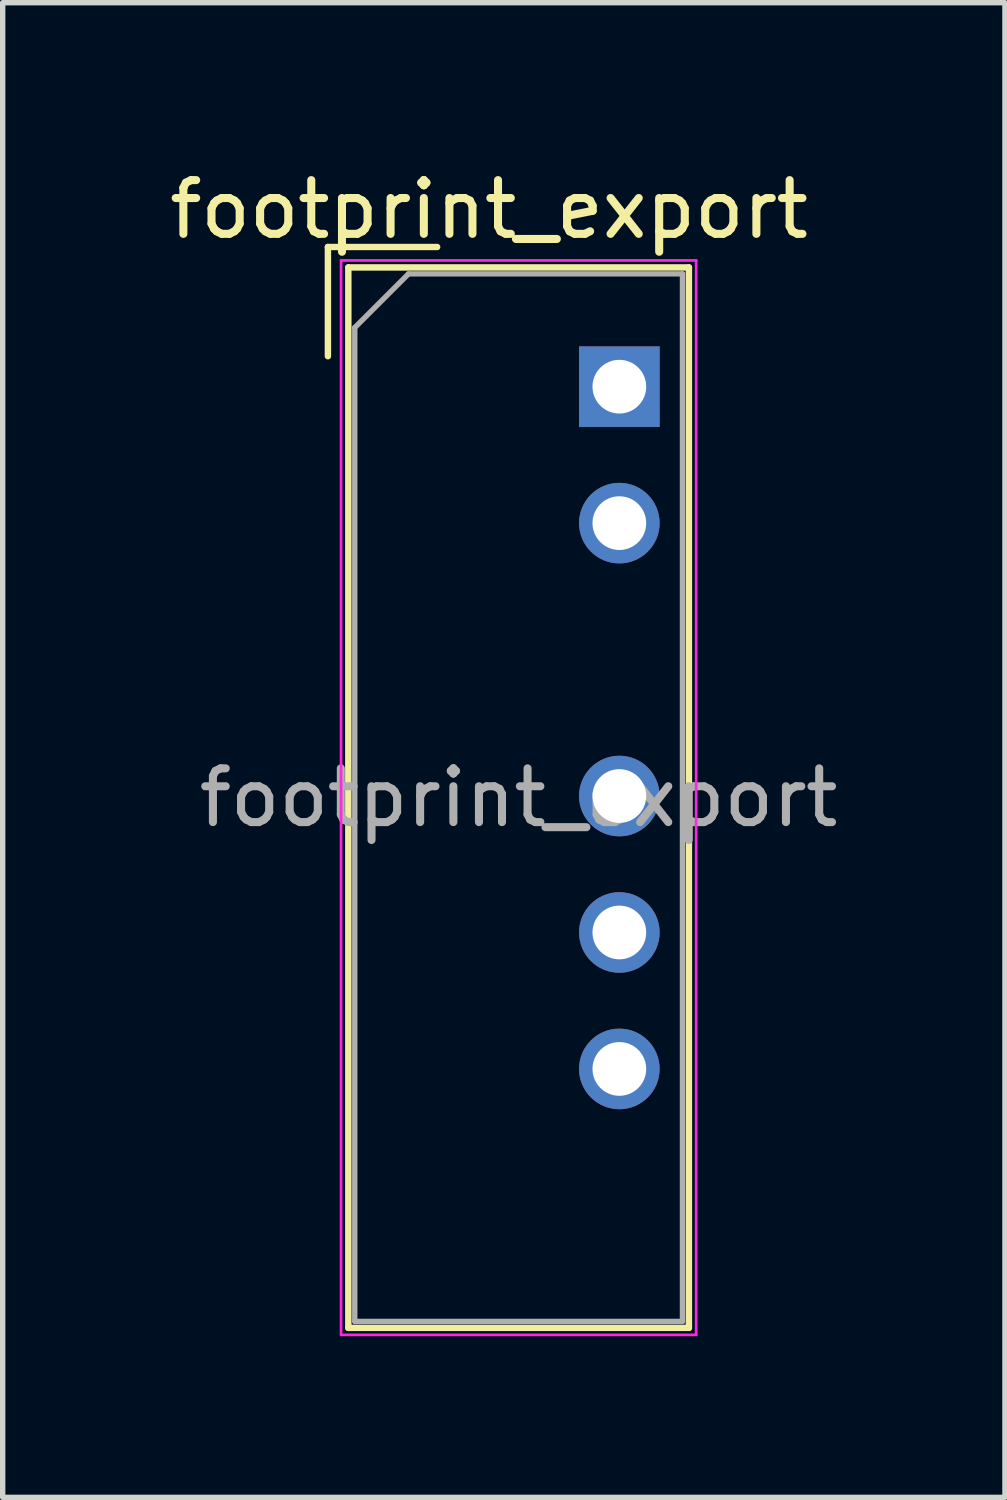
<source format=kicad_pcb>
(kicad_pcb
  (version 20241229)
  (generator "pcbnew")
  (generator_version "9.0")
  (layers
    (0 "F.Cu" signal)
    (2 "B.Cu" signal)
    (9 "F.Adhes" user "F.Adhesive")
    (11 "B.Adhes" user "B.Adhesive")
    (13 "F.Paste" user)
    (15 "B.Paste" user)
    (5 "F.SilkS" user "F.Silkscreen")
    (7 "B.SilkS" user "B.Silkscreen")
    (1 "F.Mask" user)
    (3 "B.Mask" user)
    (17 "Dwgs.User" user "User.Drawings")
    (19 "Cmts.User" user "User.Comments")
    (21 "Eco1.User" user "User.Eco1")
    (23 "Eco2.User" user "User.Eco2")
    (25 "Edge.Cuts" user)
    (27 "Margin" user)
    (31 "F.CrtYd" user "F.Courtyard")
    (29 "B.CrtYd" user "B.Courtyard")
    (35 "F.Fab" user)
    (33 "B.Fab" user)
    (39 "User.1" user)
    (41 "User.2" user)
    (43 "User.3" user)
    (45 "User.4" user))
  (footprint "footprint_export"
    (layer "F.Cu")
    (at 8.479 4.148)
    (property "Reference" "footprint_export" (at -2.425 -3.3 0) (layer "F.SilkS") (effects (font (size 1 1) (thickness 0.15))))
    (attr through_hole)
    (fp_line (start -5.425 -2.6) (end -3.392 -2.6) (stroke (width 0.12) (type solid)) (layer "F.SilkS"))
    (fp_line (start -5.425 -0.567) (end -5.425 -2.6) (stroke (width 0.12) (type solid)) (layer "F.SilkS"))
    (fp_line (start -5.045 -2.22) (end -5.045 17.52) (stroke (width 0.12) (type solid)) (layer "F.SilkS"))
    (fp_line (start -5.045 -2.22) (end 1.295 -2.22) (stroke (width 0.12) (type solid)) (layer "F.SilkS"))
    (fp_line (start -5.045 17.52) (end 1.295 17.52) (stroke (width 0.12) (type solid)) (layer "F.SilkS"))
    (fp_line (start 1.295 -2.22) (end 1.295 17.52) (stroke (width 0.12) (type solid)) (layer "F.SilkS"))
    (fp_line (start -5.18 -2.35) (end -5.18 17.65) (stroke (width 0.05) (type solid)) (layer "F.CrtYd"))
    (fp_line (start -5.18 -2.35) (end 1.43 -2.35) (stroke (width 0.05) (type solid)) (layer "F.CrtYd"))
    (fp_line (start -5.18 17.65) (end 1.43 17.65) (stroke (width 0.05) (type solid)) (layer "F.CrtYd"))
    (fp_line (start 1.43 -2.35) (end 1.43 17.65) (stroke (width 0.05) (type solid)) (layer "F.CrtYd"))
    (fp_line (start -4.925 -1.1) (end -3.925 -2.1) (stroke (width 0.1) (type solid)) (layer "F.Fab"))
    (fp_line (start -4.925 17.4) (end -4.925 -1.1) (stroke (width 0.1) (type solid)) (layer "F.Fab"))
    (fp_line (start -3.925 -2.1) (end 1.175 -2.1) (stroke (width 0.1) (type solid)) (layer "F.Fab"))
    (fp_line (start 1.175 -2.1) (end 1.175 17.4) (stroke (width 0.1) (type solid)) (layer "F.Fab"))
    (fp_line (start 1.175 17.4) (end -4.925 17.4) (stroke (width 0.1) (type solid)) (layer "F.Fab"))
    (fp_text user "${REFERENCE}" (at -1.875 7.65 0) (layer "F.Fab") (effects (font (size 1 1) (thickness 0.15))))
    (pad "1" thru_hole rect (at 0 0) (size 1.5 1.5) (drill 1) (layers "*.Cu" "*.Mask"))
    (pad "2" thru_hole circle (at 0 2.54) (size 1.5 1.5) (drill 1) (layers "*.Cu" "*.Mask"))
    (pad "4" thru_hole circle (at 0 7.62) (size 1.5 1.5) (drill 1) (layers "*.Cu" "*.Mask"))
    (pad "5" thru_hole circle (at 0 10.16) (size 1.5 1.5) (drill 1) (layers "*.Cu" "*.Mask"))
    (pad "6" thru_hole circle (at 0 12.7) (size 1.5 1.5) (drill 1) (layers "*.Cu" "*.Mask")))
  (gr_rect
    (start -3 -3)
    (end 15.657 24.823)
    (stroke (width 0.1) (type default))
    (fill no)
    (layer "Edge.Cuts")))
</source>
